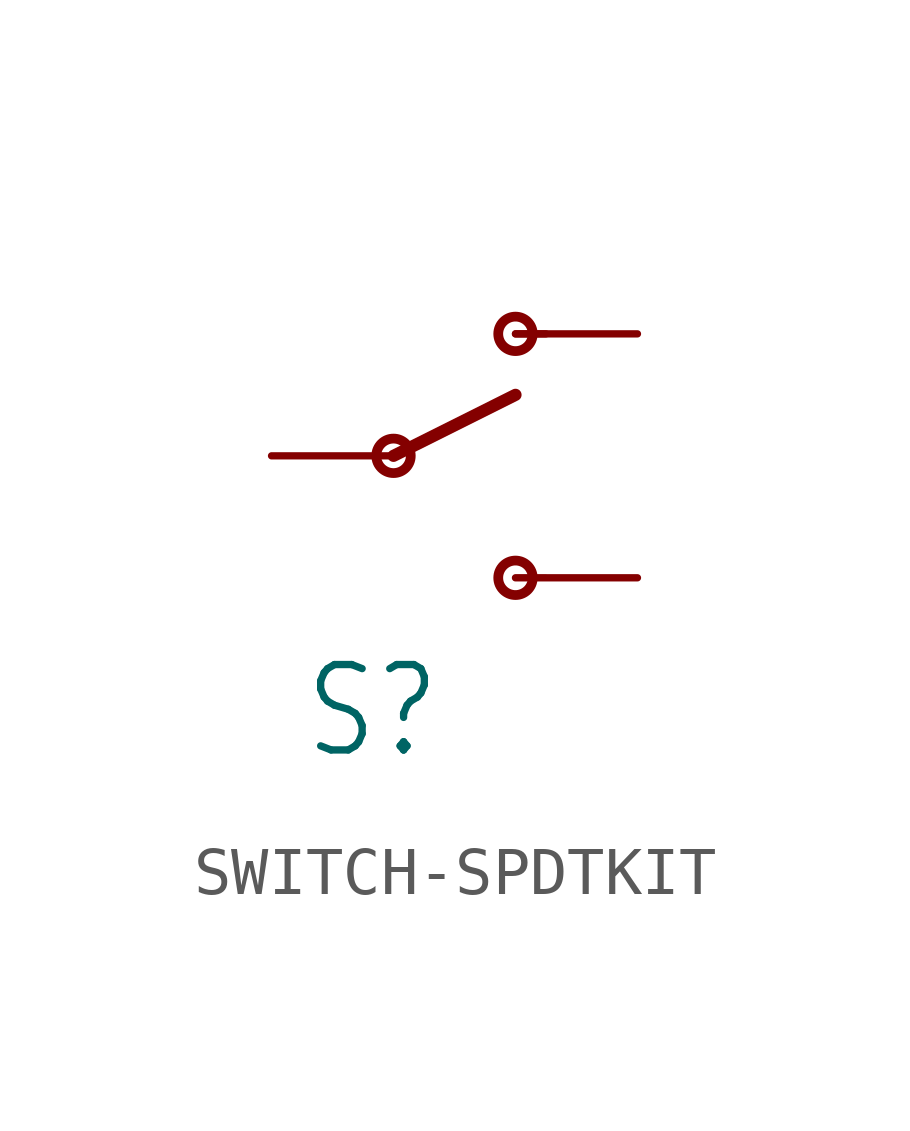
<source format=kicad_sym>
(kicad_symbol_lib
  (version 20220914)
  (generator kicad_symbol_editor)
  (symbol "SWITCH-SPDTKIT"
    (property "Reference" "S"
      (at -1.905 -6.35 0)
      (effects (font (size 1.778 1.511)) (justify left bottom)))
    (property "Value" ""
      (at -2.54 3.81 0)
      (effects (font (size 1.778 1.511)) (justify left bottom)))
    (property "ki_locked" ""
      (at 0 0 0)
      (effects (font (size 1.27 1.27))))
    (symbol "SWITCH-SPDTKIT_1_0"
      (polyline (pts (xy 0 0) (xy 2.54 1.27)) (stroke (width 0.254) (type solid)) (fill (type none)))
      (polyline (pts (xy 2.54 -2.54) (xy 3.175 -2.54)) (stroke (width 0.127) (type solid)) (fill (type none)))
      (polyline (pts (xy 2.54 2.54) (xy 3.175 2.54)) (stroke (width 0.152) (type solid)) (fill (type none)))
      (circle (center 0 0) (radius 0.359) (stroke (width 0.203) (type solid)) (fill (type none)))
      (circle (center 2.54 -2.54) (radius 0.359) (stroke (width 0.203) (type solid)) (fill (type none)))
      (circle (center 2.54 2.54) (radius 0.359) (stroke (width 0.203) (type solid)) (fill (type none)))
      (pin passive line (at 5.08 2.54 180) (length 2.54) (name "O" (effects (font (size 0 0)))) (number "1" (effects (font (size 0 0)))))
      (pin passive line (at -2.54 0 0) (length 2.54) (name "P" (effects (font (size 0 0)))) (number "2" (effects (font (size 0 0)))))
      (pin passive line (at 5.08 -2.54 180) (length 2.54) (name "S" (effects (font (size 0 0)))) (number "3" (effects (font (size 0 0))))))))
</source>
